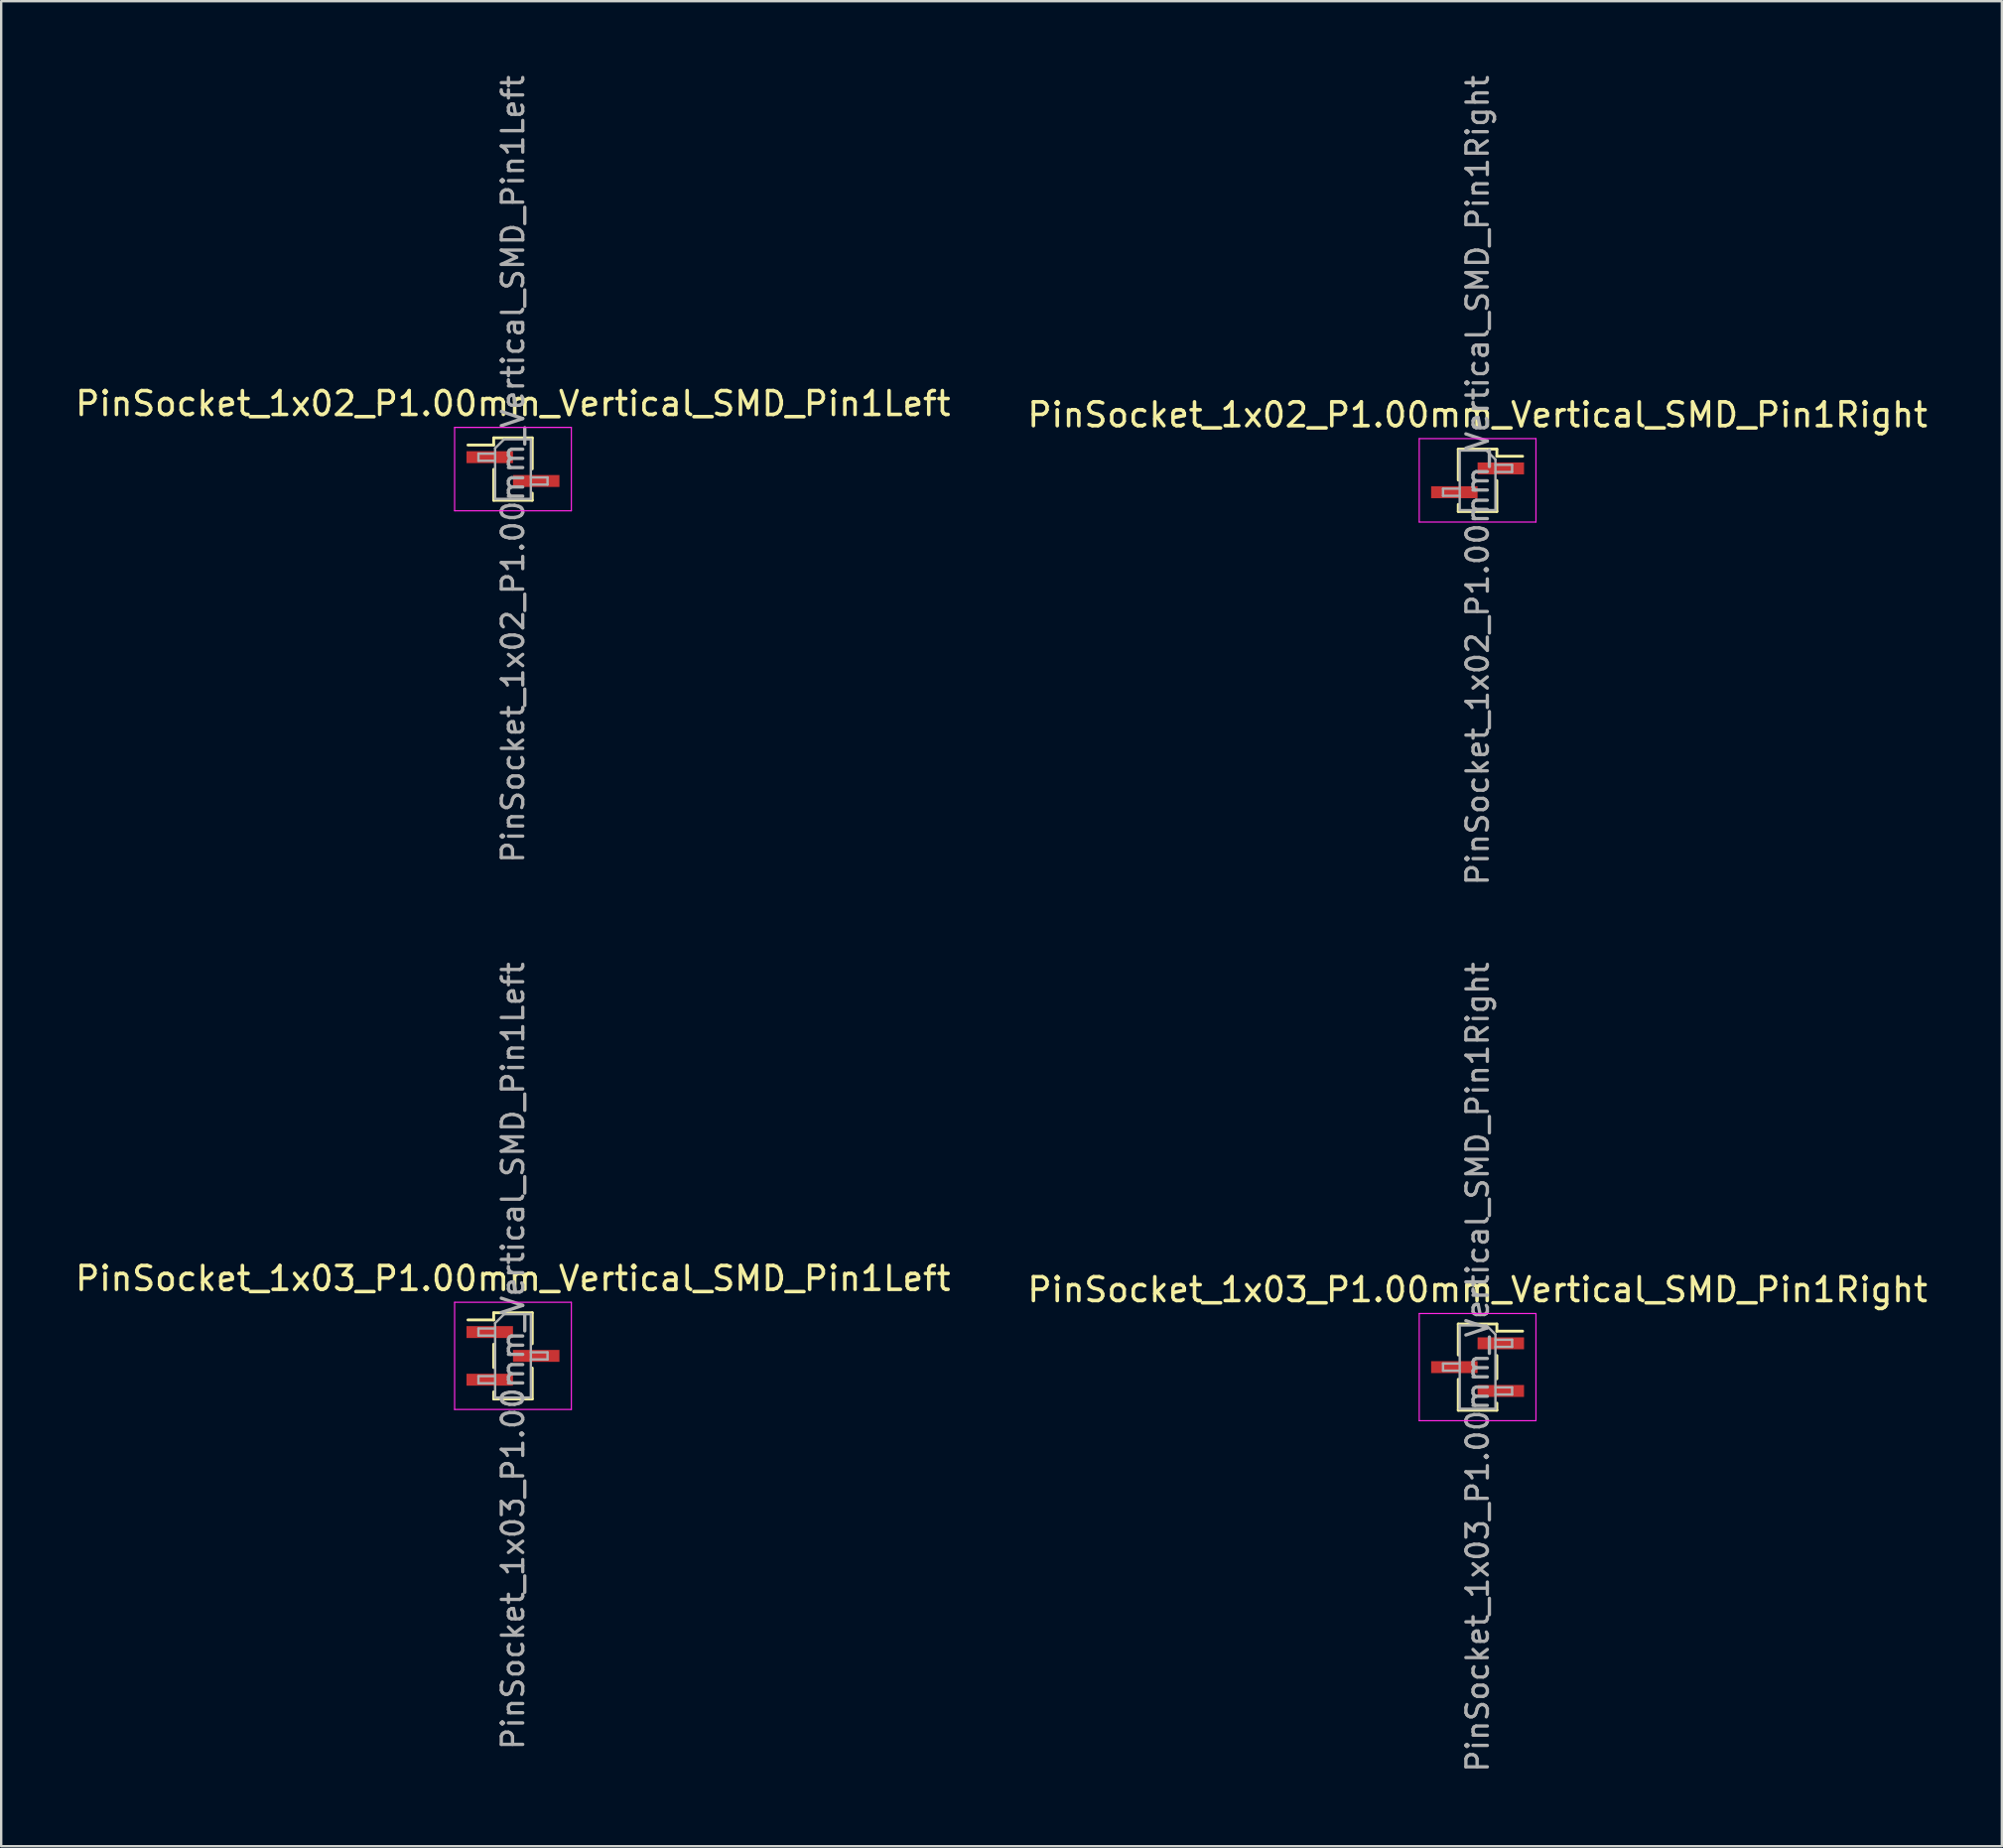
<source format=kicad_pcb>
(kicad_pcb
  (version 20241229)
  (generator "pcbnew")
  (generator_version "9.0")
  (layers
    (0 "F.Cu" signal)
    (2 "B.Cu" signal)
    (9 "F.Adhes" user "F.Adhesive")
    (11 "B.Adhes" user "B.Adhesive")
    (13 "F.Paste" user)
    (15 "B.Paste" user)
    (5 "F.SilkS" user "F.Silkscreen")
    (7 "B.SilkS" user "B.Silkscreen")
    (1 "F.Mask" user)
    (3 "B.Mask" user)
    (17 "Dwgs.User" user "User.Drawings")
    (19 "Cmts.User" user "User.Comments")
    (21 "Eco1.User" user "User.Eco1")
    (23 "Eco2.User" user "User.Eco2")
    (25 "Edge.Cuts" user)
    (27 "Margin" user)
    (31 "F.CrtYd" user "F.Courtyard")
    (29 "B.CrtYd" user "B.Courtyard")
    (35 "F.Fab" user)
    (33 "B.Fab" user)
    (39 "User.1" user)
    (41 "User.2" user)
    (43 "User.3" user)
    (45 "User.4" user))
  (footprint "PinSocket_1x02_P1.00mm_Vertical_SMD_Pin1Left"
    (layer "F.Cu")
    (at 18.482 16.641)
    (property "Reference" "PinSocket_1x02_P1.00mm_Vertical_SMD_Pin1Left" (at 0 -2.75 0) (layer "F.SilkS") (effects (font (size 1 1) (thickness 0.15))))
    (attr smd)
    (fp_line (start -1.89 -1.01) (end -0.81 -1.01) (stroke (width 0.12) (type solid)) (layer "F.SilkS"))
    (fp_line (start -0.81 -1.31) (end -0.81 -1.01) (stroke (width 0.12) (type solid)) (layer "F.SilkS"))
    (fp_line (start -0.81 -1.31) (end 0.81 -1.31) (stroke (width 0.12) (type solid)) (layer "F.SilkS"))
    (fp_line (start -0.81 0.01) (end -0.81 1.31) (stroke (width 0.12) (type solid)) (layer "F.SilkS"))
    (fp_line (start -0.81 1.31) (end 0.81 1.31) (stroke (width 0.12) (type solid)) (layer "F.SilkS"))
    (fp_line (start 0.81 -1.31) (end 0.81 -0.01) (stroke (width 0.12) (type solid)) (layer "F.SilkS"))
    (fp_line (start 0.81 1.01) (end 0.81 1.31) (stroke (width 0.12) (type solid)) (layer "F.SilkS"))
    (fp_line (start -2.45 -1.75) (end 2.45 -1.75) (stroke (width 0.05) (type solid)) (layer "F.CrtYd"))
    (fp_line (start -2.45 1.75) (end -2.45 -1.75) (stroke (width 0.05) (type solid)) (layer "F.CrtYd"))
    (fp_line (start 2.45 -1.75) (end 2.45 1.75) (stroke (width 0.05) (type solid)) (layer "F.CrtYd"))
    (fp_line (start 2.45 1.75) (end -2.45 1.75) (stroke (width 0.05) (type solid)) (layer "F.CrtYd"))
    (fp_line (start -1.45 -0.65) (end -0.75 -0.65) (stroke (width 0.1) (type solid)) (layer "F.Fab"))
    (fp_line (start -1.45 -0.35) (end -1.45 -0.65) (stroke (width 0.1) (type solid)) (layer "F.Fab"))
    (fp_line (start -0.75 -0.875) (end -0.375 -1.25) (stroke (width 0.1) (type solid)) (layer "F.Fab"))
    (fp_line (start -0.75 -0.35) (end -1.45 -0.35) (stroke (width 0.1) (type solid)) (layer "F.Fab"))
    (fp_line (start -0.75 1.25) (end -0.75 -0.875) (stroke (width 0.1) (type solid)) (layer "F.Fab"))
    (fp_line (start -0.375 -1.25) (end 0.75 -1.25) (stroke (width 0.1) (type solid)) (layer "F.Fab"))
    (fp_line (start 0.75 -1.25) (end 0.75 1.25) (stroke (width 0.1) (type solid)) (layer "F.Fab"))
    (fp_line (start 0.75 0.35) (end 1.45 0.35) (stroke (width 0.1) (type solid)) (layer "F.Fab"))
    (fp_line (start 0.75 1.25) (end -0.75 1.25) (stroke (width 0.1) (type solid)) (layer "F.Fab"))
    (fp_line (start 1.45 0.35) (end 1.45 0.65) (stroke (width 0.1) (type solid)) (layer "F.Fab"))
    (fp_line (start 1.45 0.65) (end 0.75 0.65) (stroke (width 0.1) (type solid)) (layer "F.Fab"))
    (fp_text user "${REFERENCE}" (at 0 0 90) (layer "F.Fab") (effects (font (size 0.9 0.9) (thickness 0.14))))
    (pad "1" smd rect (at -0.975 -0.5) (size 1.95 0.5) (layers "F.Cu" "F.Mask" "F.Paste"))
    (pad "2" smd rect (at 0.975 0.5) (size 1.95 0.5) (layers "F.Cu" "F.Mask" "F.Paste")))
  (footprint "PinSocket_1x02_P1.00mm_Vertical_SMD_Pin1Right"
    (layer "F.Cu")
    (at 58.97 17.113)
    (property "Reference" "PinSocket_1x02_P1.00mm_Vertical_SMD_Pin1Right" (at 0 -2.75 0) (layer "F.SilkS") (effects (font (size 1 1) (thickness 0.15))))
    (attr smd)
    (fp_line (start -0.81 -1.31) (end -0.81 -0.01) (stroke (width 0.12) (type solid)) (layer "F.SilkS"))
    (fp_line (start -0.81 -1.31) (end 0.81 -1.31) (stroke (width 0.12) (type solid)) (layer "F.SilkS"))
    (fp_line (start -0.81 1.01) (end -0.81 1.31) (stroke (width 0.12) (type solid)) (layer "F.SilkS"))
    (fp_line (start -0.81 1.31) (end 0.81 1.31) (stroke (width 0.12) (type solid)) (layer "F.SilkS"))
    (fp_line (start 0.81 -1.31) (end 0.81 -1.01) (stroke (width 0.12) (type solid)) (layer "F.SilkS"))
    (fp_line (start 0.81 -1.01) (end 1.89 -1.01) (stroke (width 0.12) (type solid)) (layer "F.SilkS"))
    (fp_line (start 0.81 0.01) (end 0.81 1.31) (stroke (width 0.12) (type solid)) (layer "F.SilkS"))
    (fp_line (start -2.45 -1.75) (end 2.45 -1.75) (stroke (width 0.05) (type solid)) (layer "F.CrtYd"))
    (fp_line (start -2.45 1.75) (end -2.45 -1.75) (stroke (width 0.05) (type solid)) (layer "F.CrtYd"))
    (fp_line (start 2.45 -1.75) (end 2.45 1.75) (stroke (width 0.05) (type solid)) (layer "F.CrtYd"))
    (fp_line (start 2.45 1.75) (end -2.45 1.75) (stroke (width 0.05) (type solid)) (layer "F.CrtYd"))
    (fp_line (start -1.45 0.35) (end -0.75 0.35) (stroke (width 0.1) (type solid)) (layer "F.Fab"))
    (fp_line (start -1.45 0.65) (end -1.45 0.35) (stroke (width 0.1) (type solid)) (layer "F.Fab"))
    (fp_line (start -0.75 -1.25) (end 0.375 -1.25) (stroke (width 0.1) (type solid)) (layer "F.Fab"))
    (fp_line (start -0.75 0.65) (end -1.45 0.65) (stroke (width 0.1) (type solid)) (layer "F.Fab"))
    (fp_line (start -0.75 1.25) (end -0.75 -1.25) (stroke (width 0.1) (type solid)) (layer "F.Fab"))
    (fp_line (start 0.375 -1.25) (end 0.75 -0.875) (stroke (width 0.1) (type solid)) (layer "F.Fab"))
    (fp_line (start 0.75 -0.875) (end 0.75 1.25) (stroke (width 0.1) (type solid)) (layer "F.Fab"))
    (fp_line (start 0.75 -0.65) (end 1.45 -0.65) (stroke (width 0.1) (type solid)) (layer "F.Fab"))
    (fp_line (start 0.75 1.25) (end -0.75 1.25) (stroke (width 0.1) (type solid)) (layer "F.Fab"))
    (fp_line (start 1.45 -0.65) (end 1.45 -0.35) (stroke (width 0.1) (type solid)) (layer "F.Fab"))
    (fp_line (start 1.45 -0.35) (end 0.75 -0.35) (stroke (width 0.1) (type solid)) (layer "F.Fab"))
    (fp_text user "${REFERENCE}" (at 0 0 90) (layer "F.Fab") (effects (font (size 0.9 0.9) (thickness 0.14))))
    (pad "1" smd rect (at 0.975 -0.5) (size 1.95 0.5) (layers "F.Cu" "F.Mask" "F.Paste"))
    (pad "2" smd rect (at -0.975 0.5) (size 1.95 0.5) (layers "F.Cu" "F.Mask" "F.Paste")))
  (footprint "PinSocket_1x03_P1.00mm_Vertical_SMD_Pin1Right"
    (layer "F.Cu")
    (at 58.97 54.339)
    (property "Reference" "PinSocket_1x03_P1.00mm_Vertical_SMD_Pin1Right" (at 0 -3.25 0) (layer "F.SilkS") (effects (font (size 1 1) (thickness 0.15))))
    (attr smd)
    (fp_line (start -0.81 -1.81) (end -0.81 -0.51) (stroke (width 0.12) (type solid)) (layer "F.SilkS"))
    (fp_line (start -0.81 -1.81) (end 0.81 -1.81) (stroke (width 0.12) (type solid)) (layer "F.SilkS"))
    (fp_line (start -0.81 0.51) (end -0.81 1.81) (stroke (width 0.12) (type solid)) (layer "F.SilkS"))
    (fp_line (start -0.81 1.81) (end 0.81 1.81) (stroke (width 0.12) (type solid)) (layer "F.SilkS"))
    (fp_line (start 0.81 -1.81) (end 0.81 -1.51) (stroke (width 0.12) (type solid)) (layer "F.SilkS"))
    (fp_line (start 0.81 -1.51) (end 1.89 -1.51) (stroke (width 0.12) (type solid)) (layer "F.SilkS"))
    (fp_line (start 0.81 -0.49) (end 0.81 0.49) (stroke (width 0.12) (type solid)) (layer "F.SilkS"))
    (fp_line (start 0.81 1.51) (end 0.81 1.81) (stroke (width 0.12) (type solid)) (layer "F.SilkS"))
    (fp_line (start -2.45 -2.25) (end 2.45 -2.25) (stroke (width 0.05) (type solid)) (layer "F.CrtYd"))
    (fp_line (start -2.45 2.25) (end -2.45 -2.25) (stroke (width 0.05) (type solid)) (layer "F.CrtYd"))
    (fp_line (start 2.45 -2.25) (end 2.45 2.25) (stroke (width 0.05) (type solid)) (layer "F.CrtYd"))
    (fp_line (start 2.45 2.25) (end -2.45 2.25) (stroke (width 0.05) (type solid)) (layer "F.CrtYd"))
    (fp_line (start -1.45 -0.15) (end -0.75 -0.15) (stroke (width 0.1) (type solid)) (layer "F.Fab"))
    (fp_line (start -1.45 0.15) (end -1.45 -0.15) (stroke (width 0.1) (type solid)) (layer "F.Fab"))
    (fp_line (start -0.75 -1.75) (end 0.375 -1.75) (stroke (width 0.1) (type solid)) (layer "F.Fab"))
    (fp_line (start -0.75 0.15) (end -1.45 0.15) (stroke (width 0.1) (type solid)) (layer "F.Fab"))
    (fp_line (start -0.75 1.75) (end -0.75 -1.75) (stroke (width 0.1) (type solid)) (layer "F.Fab"))
    (fp_line (start 0.375 -1.75) (end 0.75 -1.375) (stroke (width 0.1) (type solid)) (layer "F.Fab"))
    (fp_line (start 0.75 -1.375) (end 0.75 1.75) (stroke (width 0.1) (type solid)) (layer "F.Fab"))
    (fp_line (start 0.75 -1.15) (end 1.45 -1.15) (stroke (width 0.1) (type solid)) (layer "F.Fab"))
    (fp_line (start 0.75 0.85) (end 1.45 0.85) (stroke (width 0.1) (type solid)) (layer "F.Fab"))
    (fp_line (start 0.75 1.75) (end -0.75 1.75) (stroke (width 0.1) (type solid)) (layer "F.Fab"))
    (fp_line (start 1.45 -1.15) (end 1.45 -0.85) (stroke (width 0.1) (type solid)) (layer "F.Fab"))
    (fp_line (start 1.45 -0.85) (end 0.75 -0.85) (stroke (width 0.1) (type solid)) (layer "F.Fab"))
    (fp_line (start 1.45 0.85) (end 1.45 1.15) (stroke (width 0.1) (type solid)) (layer "F.Fab"))
    (fp_line (start 1.45 1.15) (end 0.75 1.15) (stroke (width 0.1) (type solid)) (layer "F.Fab"))
    (fp_text user "${REFERENCE}" (at 0 0 90) (layer "F.Fab") (effects (font (size 0.9 0.9) (thickness 0.14))))
    (pad "1" smd rect (at 0.975 -1) (size 1.95 0.5) (layers "F.Cu" "F.Mask" "F.Paste"))
    (pad "2" smd rect (at -0.975 0) (size 1.95 0.5) (layers "F.Cu" "F.Mask" "F.Paste"))
    (pad "3" smd rect (at 0.975 1) (size 1.95 0.5) (layers "F.Cu" "F.Mask" "F.Paste")))
  (footprint "PinSocket_1x03_P1.00mm_Vertical_SMD_Pin1Left"
    (layer "F.Cu")
    (at 18.482 53.867)
    (property "Reference" "PinSocket_1x03_P1.00mm_Vertical_SMD_Pin1Left" (at 0 -3.25 0) (layer "F.SilkS") (effects (font (size 1 1) (thickness 0.15))))
    (attr smd)
    (fp_line (start -1.89 -1.51) (end -0.81 -1.51) (stroke (width 0.12) (type solid)) (layer "F.SilkS"))
    (fp_line (start -0.81 -1.81) (end -0.81 -1.51) (stroke (width 0.12) (type solid)) (layer "F.SilkS"))
    (fp_line (start -0.81 -1.81) (end 0.81 -1.81) (stroke (width 0.12) (type solid)) (layer "F.SilkS"))
    (fp_line (start -0.81 -0.49) (end -0.81 0.49) (stroke (width 0.12) (type solid)) (layer "F.SilkS"))
    (fp_line (start -0.81 1.51) (end -0.81 1.81) (stroke (width 0.12) (type solid)) (layer "F.SilkS"))
    (fp_line (start -0.81 1.81) (end 0.81 1.81) (stroke (width 0.12) (type solid)) (layer "F.SilkS"))
    (fp_line (start 0.81 -1.81) (end 0.81 -0.51) (stroke (width 0.12) (type solid)) (layer "F.SilkS"))
    (fp_line (start 0.81 0.51) (end 0.81 1.81) (stroke (width 0.12) (type solid)) (layer "F.SilkS"))
    (fp_line (start -2.45 -2.25) (end 2.45 -2.25) (stroke (width 0.05) (type solid)) (layer "F.CrtYd"))
    (fp_line (start -2.45 2.25) (end -2.45 -2.25) (stroke (width 0.05) (type solid)) (layer "F.CrtYd"))
    (fp_line (start 2.45 -2.25) (end 2.45 2.25) (stroke (width 0.05) (type solid)) (layer "F.CrtYd"))
    (fp_line (start 2.45 2.25) (end -2.45 2.25) (stroke (width 0.05) (type solid)) (layer "F.CrtYd"))
    (fp_line (start -1.45 -1.15) (end -0.75 -1.15) (stroke (width 0.1) (type solid)) (layer "F.Fab"))
    (fp_line (start -1.45 -0.85) (end -1.45 -1.15) (stroke (width 0.1) (type solid)) (layer "F.Fab"))
    (fp_line (start -1.45 0.85) (end -0.75 0.85) (stroke (width 0.1) (type solid)) (layer "F.Fab"))
    (fp_line (start -1.45 1.15) (end -1.45 0.85) (stroke (width 0.1) (type solid)) (layer "F.Fab"))
    (fp_line (start -0.75 -1.375) (end -0.375 -1.75) (stroke (width 0.1) (type solid)) (layer "F.Fab"))
    (fp_line (start -0.75 -0.85) (end -1.45 -0.85) (stroke (width 0.1) (type solid)) (layer "F.Fab"))
    (fp_line (start -0.75 1.15) (end -1.45 1.15) (stroke (width 0.1) (type solid)) (layer "F.Fab"))
    (fp_line (start -0.75 1.75) (end -0.75 -1.375) (stroke (width 0.1) (type solid)) (layer "F.Fab"))
    (fp_line (start -0.375 -1.75) (end 0.75 -1.75) (stroke (width 0.1) (type solid)) (layer "F.Fab"))
    (fp_line (start 0.75 -1.75) (end 0.75 1.75) (stroke (width 0.1) (type solid)) (layer "F.Fab"))
    (fp_line (start 0.75 -0.15) (end 1.45 -0.15) (stroke (width 0.1) (type solid)) (layer "F.Fab"))
    (fp_line (start 0.75 1.75) (end -0.75 1.75) (stroke (width 0.1) (type solid)) (layer "F.Fab"))
    (fp_line (start 1.45 -0.15) (end 1.45 0.15) (stroke (width 0.1) (type solid)) (layer "F.Fab"))
    (fp_line (start 1.45 0.15) (end 0.75 0.15) (stroke (width 0.1) (type solid)) (layer "F.Fab"))
    (fp_text user "${REFERENCE}" (at 0 0 90) (layer "F.Fab") (effects (font (size 0.9 0.9) (thickness 0.14))))
    (pad "1" smd rect (at -0.975 -1) (size 1.95 0.5) (layers "F.Cu" "F.Mask" "F.Paste"))
    (pad "2" smd rect (at 0.975 0) (size 1.95 0.5) (layers "F.Cu" "F.Mask" "F.Paste"))
    (pad "3" smd rect (at -0.975 1) (size 1.95 0.5) (layers "F.Cu" "F.Mask" "F.Paste")))
  (gr_rect
    (start -3 -3)
    (end 80.976 74.451)
    (stroke (width 0.1) (type default))
    (fill no)
    (layer "Edge.Cuts")))
</source>
